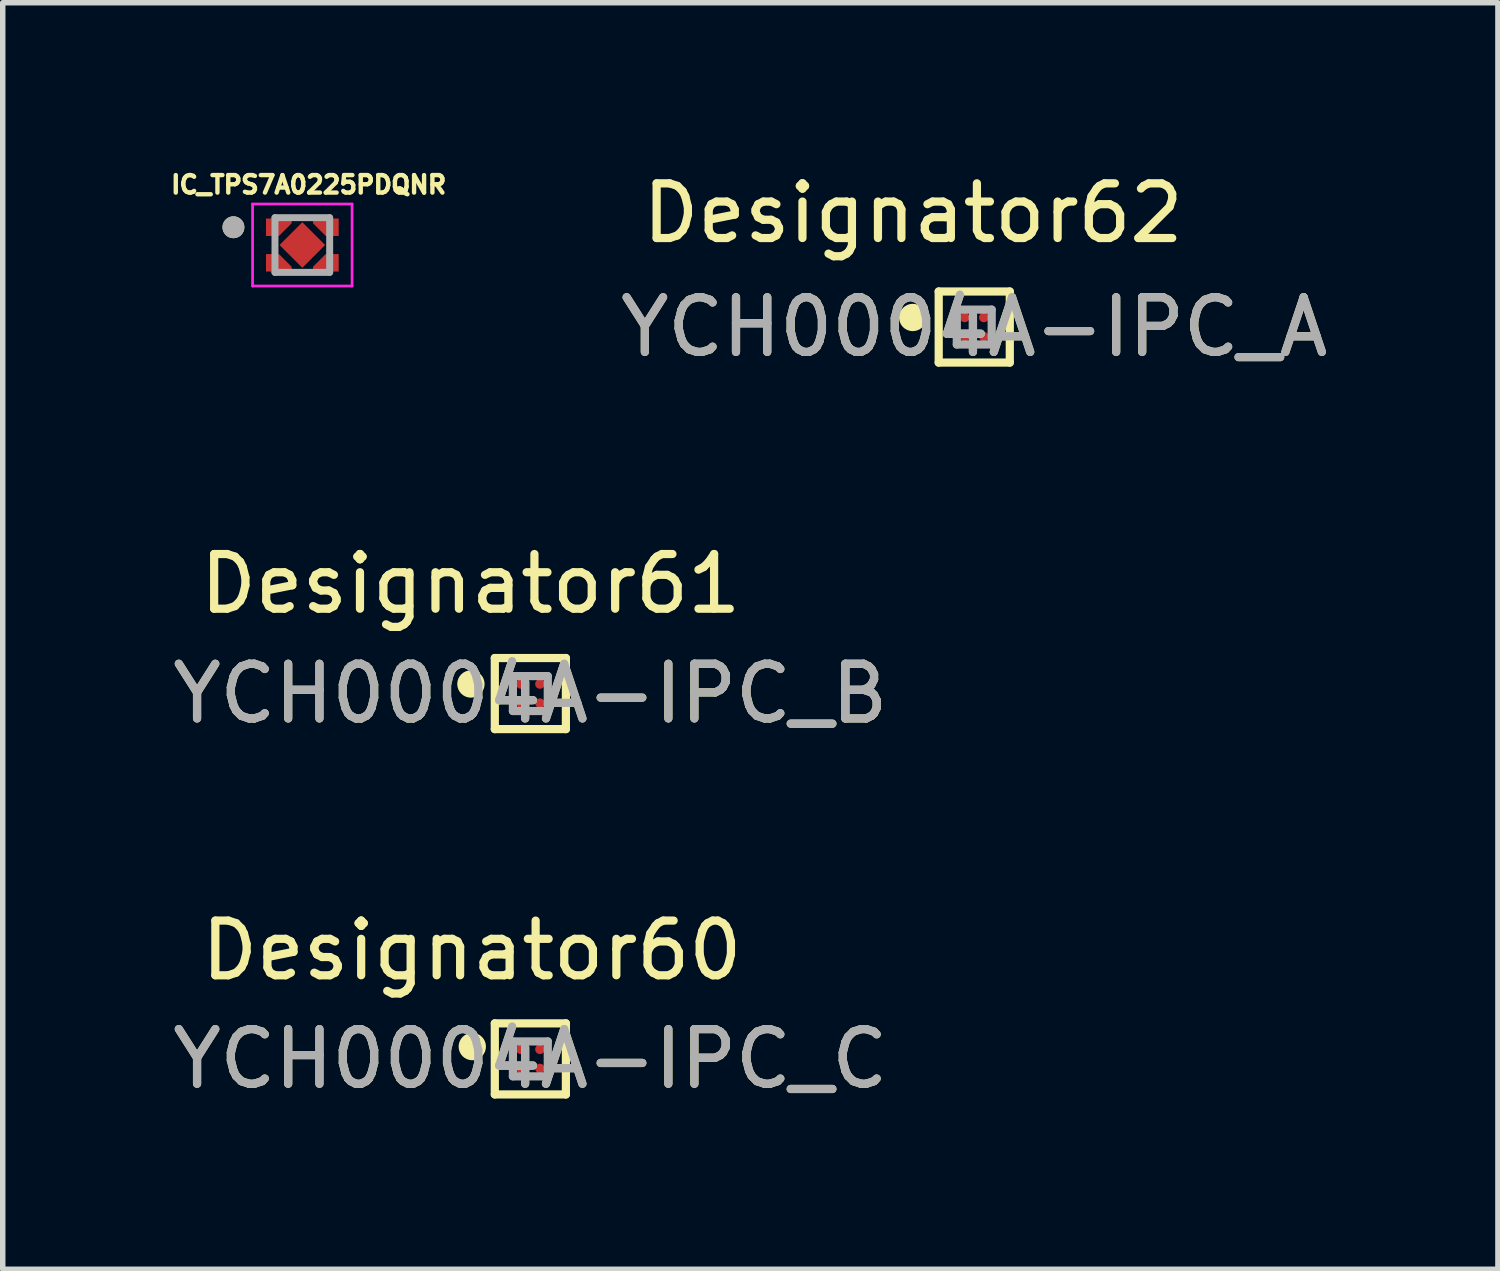
<source format=kicad_pcb>
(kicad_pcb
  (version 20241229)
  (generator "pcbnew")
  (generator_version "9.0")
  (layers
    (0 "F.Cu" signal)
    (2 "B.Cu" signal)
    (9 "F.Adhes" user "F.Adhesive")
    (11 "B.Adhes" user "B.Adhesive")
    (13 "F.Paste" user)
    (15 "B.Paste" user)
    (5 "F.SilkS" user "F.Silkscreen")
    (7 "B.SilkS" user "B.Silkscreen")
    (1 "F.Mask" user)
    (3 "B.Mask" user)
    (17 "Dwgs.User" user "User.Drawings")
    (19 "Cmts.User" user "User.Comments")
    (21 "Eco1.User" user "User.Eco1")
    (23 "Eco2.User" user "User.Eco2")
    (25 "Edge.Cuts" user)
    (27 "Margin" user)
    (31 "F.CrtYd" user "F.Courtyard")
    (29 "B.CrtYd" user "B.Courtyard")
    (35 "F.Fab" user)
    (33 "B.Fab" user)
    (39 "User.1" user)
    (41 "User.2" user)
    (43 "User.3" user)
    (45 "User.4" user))
  (footprint "IC_TPS7A0225PDQNR"
    (layer "F.Cu")
    (at 2.479 1.431)
    (property "Reference" "IC_TPS7A0225PDQNR" (at 0.116 -1.103 0) (layer "F.SilkS") (effects (font (size 0.32 0.32) (thickness 0.15))))
    (attr smd)
    (fp_poly (pts (xy -0.339 0) (xy 0 -0.339) (xy 0.339 0) (xy 0 0.339)) (stroke (width 0.01) (type solid)) (fill yes) (layer "F.Mask"))
    (fp_poly (pts (xy -0.61 -0.43) (xy -0.61 -0.22) (xy -0.43 -0.22) (xy -0.25 -0.4) (xy -0.25 -0.43)) (stroke (width 0.01) (type solid)) (fill yes) (layer "F.Mask"))
    (fp_poly (pts (xy -0.61 0.43) (xy -0.61 0.22) (xy -0.43 0.22) (xy -0.25 0.4) (xy -0.25 0.43)) (stroke (width 0.01) (type solid)) (fill yes) (layer "F.Mask"))
    (fp_poly (pts (xy 0.61 -0.43) (xy 0.61 -0.22) (xy 0.43 -0.22) (xy 0.25 -0.4) (xy 0.25 -0.43)) (stroke (width 0.01) (type solid)) (fill yes) (layer "F.Mask"))
    (fp_poly (pts (xy 0.61 0.43) (xy 0.61 0.22) (xy 0.43 0.22) (xy 0.25 0.4) (xy 0.25 0.43)) (stroke (width 0.01) (type solid)) (fill yes) (layer "F.Mask"))
    (fp_circle (center -1.26 -0.325) (end -1.16 -0.325) (stroke (width 0.2) (type solid)) (fill no) (layer "F.SilkS"))
    (fp_poly (pts (xy 0 0.318) (xy -0.318 0) (xy 0 -0.318) (xy 0.318 0)) (stroke (width 0.01) (type solid)) (fill yes) (layer "F.Paste"))
    (fp_poly (pts (xy -0.65 -0.43) (xy -0.65 -0.22) (xy -0.43 -0.22) (xy -0.25 -0.4) (xy -0.25 -0.43)) (stroke (width 0.01) (type solid)) (fill yes) (layer "F.Paste"))
    (fp_poly (pts (xy -0.65 0.43) (xy -0.65 0.22) (xy -0.43 0.22) (xy -0.25 0.4) (xy -0.25 0.43)) (stroke (width 0.01) (type solid)) (fill yes) (layer "F.Paste"))
    (fp_poly (pts (xy 0.65 -0.43) (xy 0.65 -0.22) (xy 0.43 -0.22) (xy 0.25 -0.4) (xy 0.25 -0.43)) (stroke (width 0.01) (type solid)) (fill yes) (layer "F.Paste"))
    (fp_poly (pts (xy 0.65 0.43) (xy 0.65 0.22) (xy 0.43 0.22) (xy 0.25 0.4) (xy 0.25 0.43)) (stroke (width 0.01) (type solid)) (fill yes) (layer "F.Paste"))
    (fp_line (start -0.91 -0.75) (end 0.91 -0.75) (stroke (width 0.05) (type solid)) (layer "F.CrtYd"))
    (fp_line (start -0.91 0.75) (end -0.91 -0.75) (stroke (width 0.05) (type solid)) (layer "F.CrtYd"))
    (fp_line (start 0.91 -0.75) (end 0.91 0.75) (stroke (width 0.05) (type solid)) (layer "F.CrtYd"))
    (fp_line (start 0.91 0.75) (end -0.91 0.75) (stroke (width 0.05) (type solid)) (layer "F.CrtYd"))
    (fp_line (start -0.5 -0.5) (end 0.5 -0.5) (stroke (width 0.127) (type solid)) (layer "F.Fab"))
    (fp_line (start -0.5 0.5) (end -0.5 -0.5) (stroke (width 0.127) (type solid)) (layer "F.Fab"))
    (fp_line (start 0.5 -0.5) (end 0.5 0.5) (stroke (width 0.127) (type solid)) (layer "F.Fab"))
    (fp_line (start 0.5 0.5) (end -0.5 0.5) (stroke (width 0.127) (type solid)) (layer "F.Fab"))
    (fp_circle (center -1.26 -0.325) (end -1.16 -0.325) (stroke (width 0.2) (type solid)) (fill no) (layer "F.Fab"))
    (pad "1" smd custom (at -0.43 -0.325) (size 0.05 0.05) (layers "F.Cu") (options (anchor rect)) (primitives (gr_poly (pts (xy -0.23 -0.155) (xy -0.23 0.155) (xy 0 0.155) (xy 0.23 -0.075) (xy 0.23 -0.155)) (width 0.01) (fill yes))))
    (pad "2" smd custom (at -0.43 0.325) (size 0.05 0.05) (layers "F.Cu") (options (anchor rect)) (primitives (gr_poly (pts (xy -0.23 0.155) (xy -0.23 -0.155) (xy 0 -0.155) (xy 0.23 0.075) (xy 0.23 0.155)) (width 0.01) (fill yes))))
    (pad "3" smd custom (at 0.43 0.325) (size 0.05 0.05) (layers "F.Cu") (options (anchor rect)) (primitives (gr_poly (pts (xy 0.23 0.155) (xy 0.23 -0.155) (xy 0 -0.155) (xy -0.23 0.075) (xy -0.23 0.155)) (width 0.01) (fill yes))))
    (pad "4" smd custom (at 0.43 -0.325) (size 0.05 0.05) (layers "F.Cu") (options (anchor rect)) (primitives (gr_poly (pts (xy 0.23 -0.155) (xy 0.23 0.155) (xy 0 0.155) (xy -0.23 -0.075) (xy -0.23 -0.155)) (width 0.01) (fill yes))))
    (pad "5" smd custom (at 0 0) (size 0.05 0.05) (layers "F.Cu") (options (anchor rect)) (primitives (gr_poly (pts (xy -0.41 0) (xy 0 -0.41) (xy 0.41 0) (xy 0 0.41)) (width 0.01) (fill yes)))))
  (footprint "YCH0004A-IPC_C"
    (layer "F.Cu")
    (at 6.649 16.315)
    (property "Reference" "YCH0004A-IPC_C" (at 0 0 0) (unlocked yes) (layer "F.SilkS") (effects (font (size 1 1) (thickness 0.15))))
    (attr smd)
    (fp_line (start -0.65 -0.65) (end 0.65 -0.65) (stroke (width 0.15) (type solid)) (layer "F.SilkS"))
    (fp_line (start -0.65 0.65) (end -0.65 -0.65) (stroke (width 0.15) (type solid)) (layer "F.SilkS"))
    (fp_line (start -0.65 0.65) (end 0.65 0.65) (stroke (width 0.15) (type solid)) (layer "F.SilkS"))
    (fp_line (start 0.65 0.65) (end 0.65 -0.65) (stroke (width 0.15) (type solid)) (layer "F.SilkS"))
    (fp_circle (center -1.062 -0.225) (end -0.937 -0.225) (stroke (width 0.25) (type solid)) (fill no) (layer "F.SilkS"))
    (fp_line (start -0.319 -0.319) (end 0.319 -0.319) (stroke (width 0.15) (type solid)) (layer "F.Fab"))
    (fp_line (start -0.319 0.319) (end -0.319 -0.319) (stroke (width 0.15) (type solid)) (layer "F.Fab"))
    (fp_line (start -0.319 0.319) (end 0.319 0.319) (stroke (width 0.15) (type solid)) (layer "F.Fab"))
    (fp_line (start 0.319 0.319) (end 0.319 -0.319) (stroke (width 0.15) (type solid)) (layer "F.Fab"))
    (fp_text user "Designator60" (at -1.07 -1.984 0) (unlocked yes) (layer "F.SilkS") (effects (font (size 1 1) (thickness 0.15))))
    (fp_text user "${REFERENCE}" (at 0 0 0) (unlocked yes) (layer "F.Fab") (effects (font (size 1 1) (thickness 0.15))))
    (pad "1" smd circle (at -0.175 -0.175) (size 0.174 0.174) (layers "F.Cu" "F.Mask" "F.Paste"))
    (pad "2" smd circle (at 0.175 -0.175) (size 0.174 0.174) (layers "F.Cu" "F.Mask" "F.Paste"))
    (pad "3" smd circle (at -0.175 0.175) (size 0.174 0.174) (layers "F.Cu" "F.Mask" "F.Paste"))
    (pad "4" smd circle (at 0.175 0.175) (size 0.174 0.174) (layers "F.Cu" "F.Mask" "F.Paste")))
  (footprint "YCH0004A-IPC_B"
    (layer "F.Cu")
    (at 6.649 9.634)
    (property "Reference" "YCH0004A-IPC_B" (at 0 0 0) (unlocked yes) (layer "F.SilkS") (effects (font (size 1 1) (thickness 0.15))))
    (attr smd)
    (fp_line (start -0.65 -0.65) (end 0.65 -0.65) (stroke (width 0.15) (type solid)) (layer "F.SilkS"))
    (fp_line (start -0.65 0.65) (end -0.65 -0.65) (stroke (width 0.15) (type solid)) (layer "F.SilkS"))
    (fp_line (start -0.65 0.65) (end 0.65 0.65) (stroke (width 0.15) (type solid)) (layer "F.SilkS"))
    (fp_line (start 0.65 0.65) (end 0.65 -0.65) (stroke (width 0.15) (type solid)) (layer "F.SilkS"))
    (fp_circle (center -1.087 -0.175) (end -0.962 -0.175) (stroke (width 0.25) (type solid)) (fill no) (layer "F.SilkS"))
    (fp_line (start -0.319 -0.319) (end 0.319 -0.319) (stroke (width 0.15) (type solid)) (layer "F.Fab"))
    (fp_line (start -0.319 0.319) (end -0.319 -0.319) (stroke (width 0.15) (type solid)) (layer "F.Fab"))
    (fp_line (start -0.319 0.319) (end 0.319 0.319) (stroke (width 0.15) (type solid)) (layer "F.Fab"))
    (fp_line (start 0.319 0.319) (end 0.319 -0.319) (stroke (width 0.15) (type solid)) (layer "F.Fab"))
    (fp_text user "Designator61" (at -1.092 -2.007 0) (unlocked yes) (layer "F.SilkS") (effects (font (size 1 1) (thickness 0.15))))
    (fp_text user "${REFERENCE}" (at 0 0 0) (unlocked yes) (layer "F.Fab") (effects (font (size 1 1) (thickness 0.15))))
    (pad "1" smd circle (at -0.175 -0.175) (size 0.174 0.174) (layers "F.Cu" "F.Mask" "F.Paste"))
    (pad "2" smd circle (at 0.175 -0.175) (size 0.174 0.174) (layers "F.Cu" "F.Mask" "F.Paste"))
    (pad "3" smd circle (at -0.175 0.175) (size 0.174 0.174) (layers "F.Cu" "F.Mask" "F.Paste"))
    (pad "4" smd circle (at 0.175 0.175) (size 0.174 0.174) (layers "F.Cu" "F.Mask" "F.Paste")))
  (footprint "YCH0004A-IPC_A"
    (layer "F.Cu")
    (at 14.767 2.931)
    (property "Reference" "YCH0004A-IPC_A" (at 0 0 0) (unlocked yes) (layer "F.SilkS") (effects (font (size 1 1) (thickness 0.15))))
    (attr smd)
    (fp_line (start -0.65 -0.65) (end 0.65 -0.65) (stroke (width 0.15) (type solid)) (layer "F.SilkS"))
    (fp_line (start -0.65 0.65) (end -0.65 -0.65) (stroke (width 0.15) (type solid)) (layer "F.SilkS"))
    (fp_line (start -0.65 0.65) (end 0.65 0.65) (stroke (width 0.15) (type solid)) (layer "F.SilkS"))
    (fp_line (start 0.65 0.65) (end 0.65 -0.65) (stroke (width 0.15) (type solid)) (layer "F.SilkS"))
    (fp_circle (center -1.125 -0.175) (end -1 -0.175) (stroke (width 0.25) (type solid)) (fill no) (layer "F.SilkS"))
    (fp_line (start -0.319 -0.319) (end 0.319 -0.319) (stroke (width 0.15) (type solid)) (layer "F.Fab"))
    (fp_line (start -0.319 0.319) (end -0.319 -0.319) (stroke (width 0.15) (type solid)) (layer "F.Fab"))
    (fp_line (start -0.319 0.319) (end 0.319 0.319) (stroke (width 0.15) (type solid)) (layer "F.Fab"))
    (fp_line (start 0.319 0.319) (end 0.319 -0.319) (stroke (width 0.15) (type solid)) (layer "F.Fab"))
    (fp_text user "Designator62" (at -1.118 -2.083 0) (unlocked yes) (layer "F.SilkS") (effects (font (size 1 1) (thickness 0.15))))
    (fp_text user "${REFERENCE}" (at 0 0 0) (unlocked yes) (layer "F.Fab") (effects (font (size 1 1) (thickness 0.15))))
    (pad "1" smd circle (at -0.175 -0.175) (size 0.174 0.174) (layers "F.Cu" "F.Mask" "F.Paste"))
    (pad "2" smd circle (at 0.175 -0.175) (size 0.174 0.174) (layers "F.Cu" "F.Mask" "F.Paste"))
    (pad "3" smd circle (at -0.175 0.175) (size 0.174 0.174) (layers "F.Cu" "F.Mask" "F.Paste"))
    (pad "4" smd circle (at 0.175 0.175) (size 0.174 0.174) (layers "F.Cu" "F.Mask" "F.Paste")))
  (gr_rect
    (start -3 -3)
    (end 24.344 20.163)
    (stroke (width 0.1) (type default))
    (fill no)
    (layer "Edge.Cuts")))
</source>
